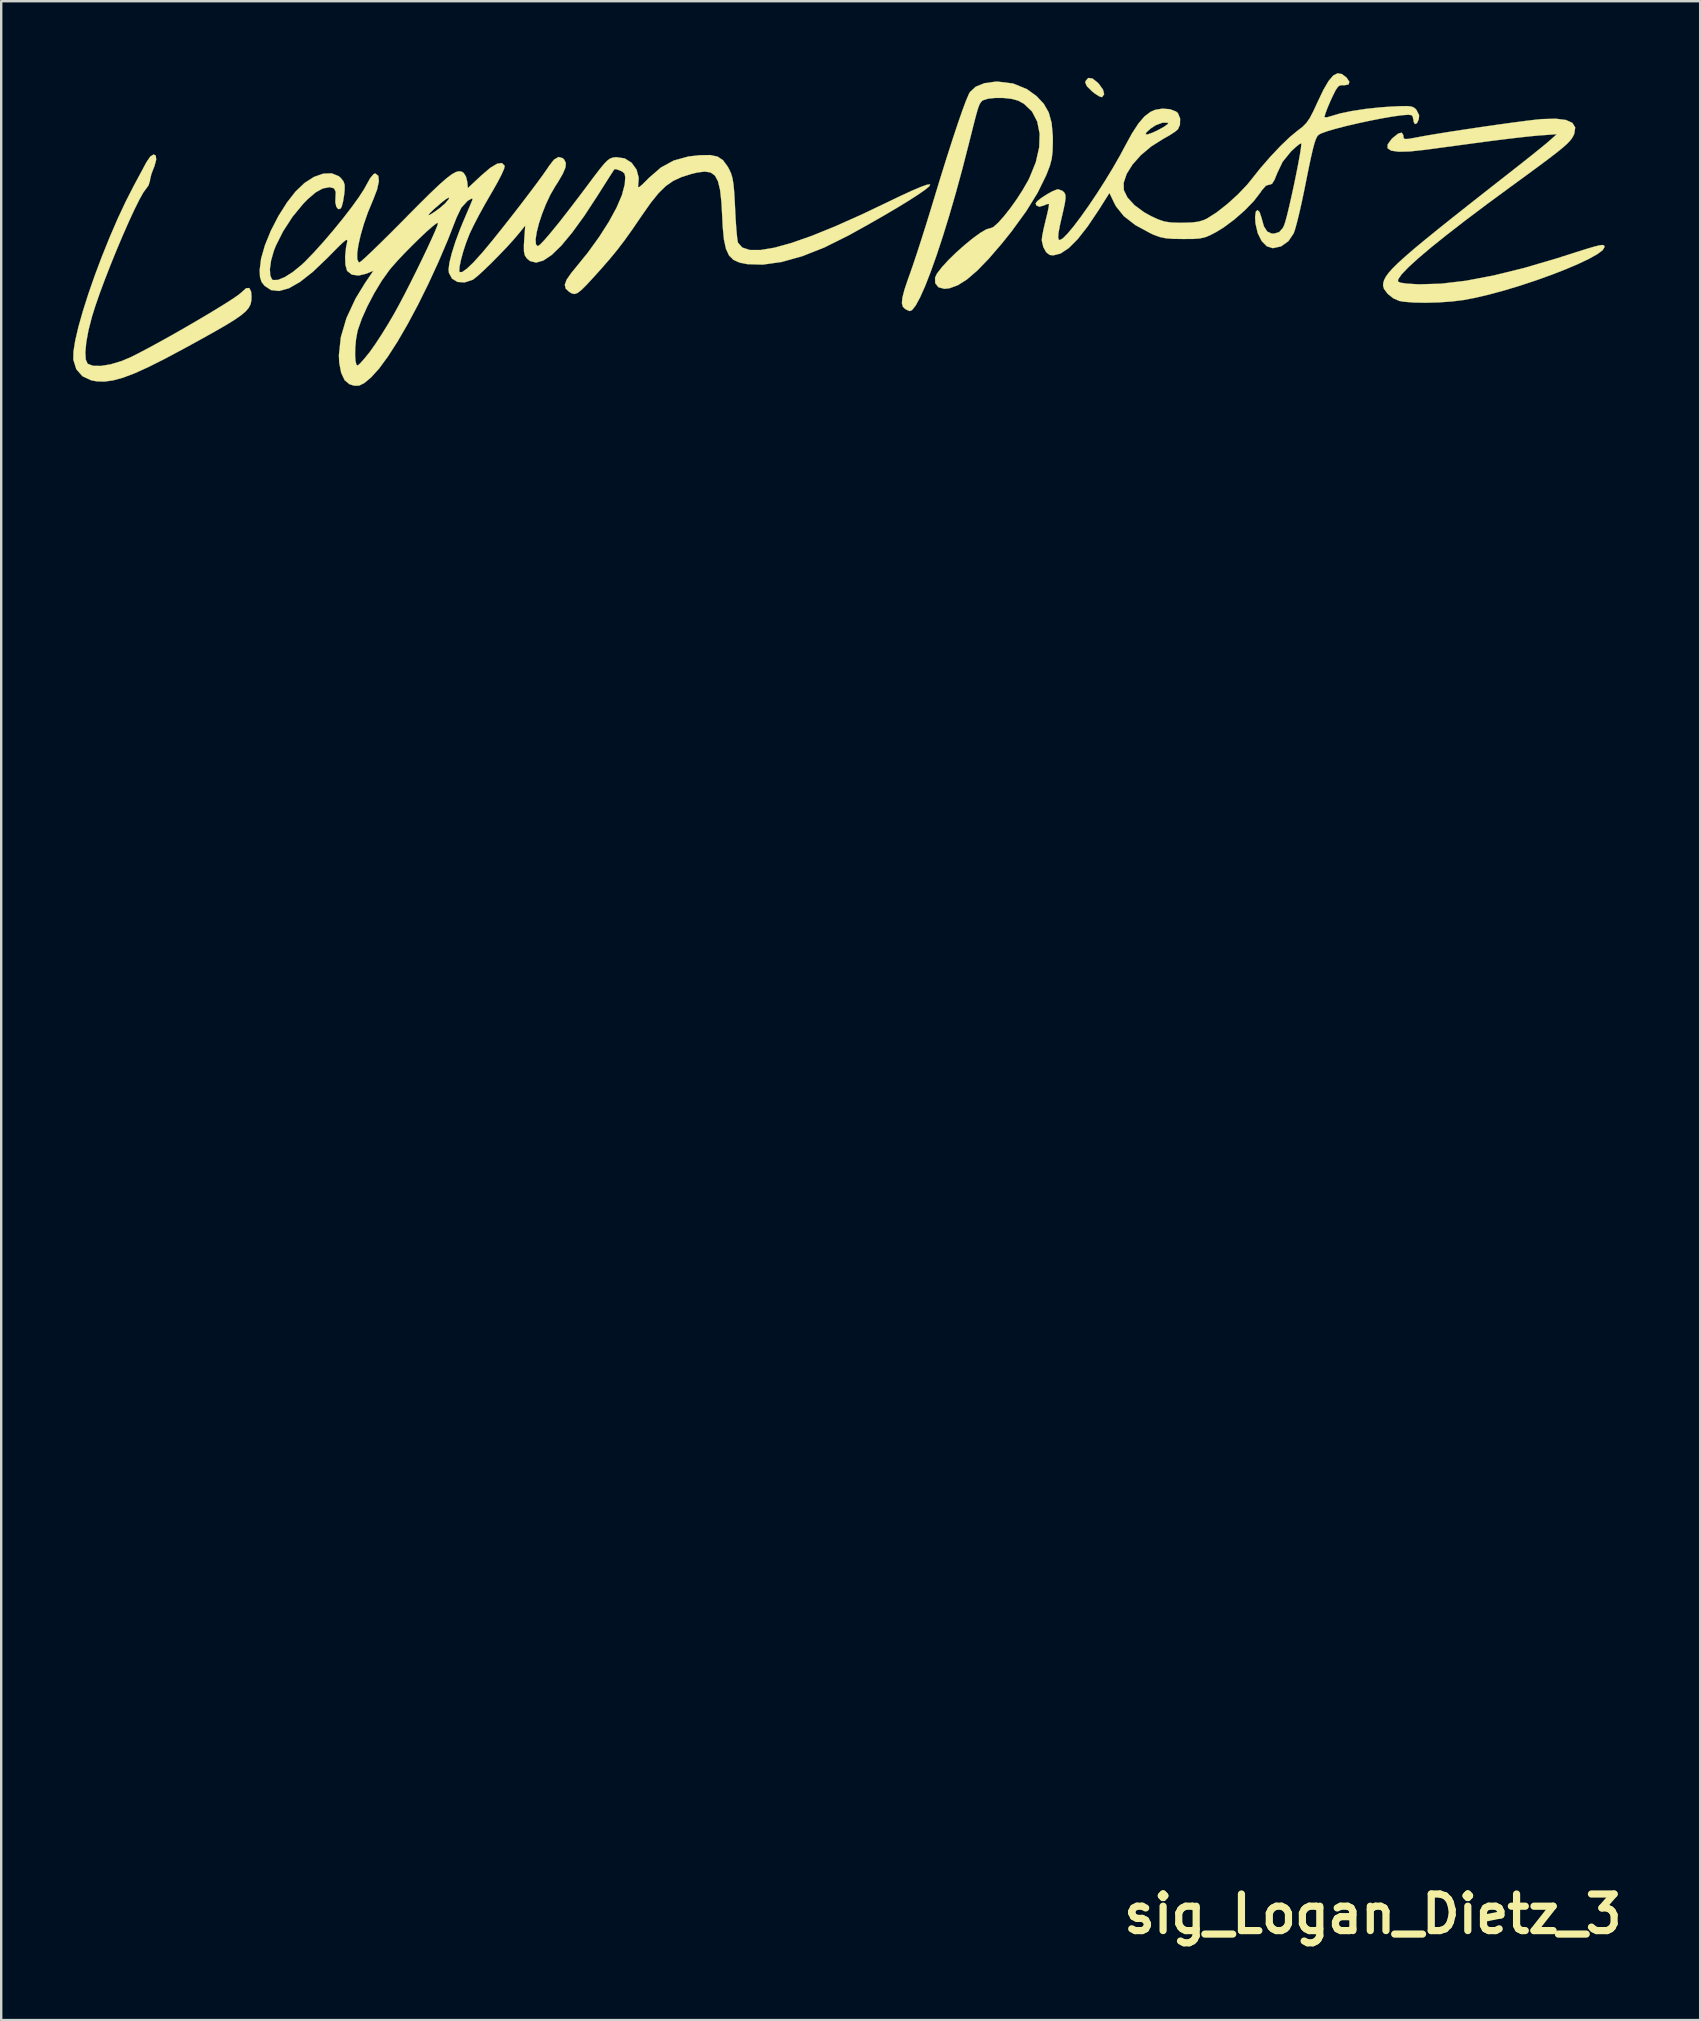
<source format=kicad_pcb>
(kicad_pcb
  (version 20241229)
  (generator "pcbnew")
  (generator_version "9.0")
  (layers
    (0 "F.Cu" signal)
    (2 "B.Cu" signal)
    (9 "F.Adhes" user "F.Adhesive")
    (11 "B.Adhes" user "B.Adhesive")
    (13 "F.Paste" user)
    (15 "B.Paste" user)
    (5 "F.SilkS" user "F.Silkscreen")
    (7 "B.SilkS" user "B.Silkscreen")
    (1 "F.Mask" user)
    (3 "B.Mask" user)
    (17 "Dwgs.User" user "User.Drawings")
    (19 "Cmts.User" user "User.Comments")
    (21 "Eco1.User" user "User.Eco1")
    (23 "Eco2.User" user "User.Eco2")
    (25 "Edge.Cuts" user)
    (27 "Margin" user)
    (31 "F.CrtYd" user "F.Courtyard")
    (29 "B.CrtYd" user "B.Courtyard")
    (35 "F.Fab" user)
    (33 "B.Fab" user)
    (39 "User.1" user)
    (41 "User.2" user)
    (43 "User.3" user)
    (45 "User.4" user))
  (footprint "sig_Logan_Dietz_3"
    (layer "F.Cu")
    (at 54.168 76.72)
    (property "Reference" "sig_Logan_Dietz_3" (at 0 0 0) (layer "F.SilkS") (effects (font (size 1.524 1.524) (thickness 0.3))))
    (attr through_hole)
    (fp_poly (pts (xy -11.692 -76.5) (xy -11.471 -76.328) (xy -11.414 -76.266) (xy -11.246 -76.029) (xy -11.201 -75.841) (xy -11.283 -75.729) (xy -11.303 -75.722) (xy -11.411 -75.756) (xy -11.594 -75.875) (xy -11.711 -75.969) (xy -11.916 -76.171) (xy -11.987 -76.323) (xy -11.977 -76.391) (xy -11.864 -76.521) (xy -11.692 -76.5)) (stroke (width 0.01) (type solid)) (fill yes) (layer "F.SilkS"))
    (fp_poly (pts (xy -50.727 -73.285) (xy -50.708 -73.117) (xy -50.78 -72.846) (xy -50.812 -72.771) (xy -50.909 -72.516) (xy -50.964 -72.293) (xy -50.967 -72.245) (xy -51.028 -72.043) (xy -51.129 -71.906) (xy -51.248 -71.743) (xy -51.414 -71.444) (xy -51.618 -71.033) (xy -51.849 -70.534) (xy -52.097 -69.97) (xy -52.353 -69.365) (xy -52.606 -68.743) (xy -52.846 -68.127) (xy -53.064 -67.541) (xy -53.248 -67.009) (xy -53.385 -66.573) (xy -53.53 -66.009) (xy -53.623 -65.507) (xy -53.661 -65.092) (xy -53.644 -64.786) (xy -53.567 -64.614) (xy -53.562 -64.609) (xy -53.344 -64.525) (xy -53.014 -64.519) (xy -52.607 -64.586) (xy -52.16 -64.72) (xy -51.803 -64.869) (xy -51.434 -65.053) (xy -50.987 -65.289) (xy -50.483 -65.564) (xy -49.945 -65.865) (xy -49.397 -66.179) (xy -48.861 -66.492) (xy -48.36 -66.791) (xy -47.915 -67.063) (xy -47.551 -67.295) (xy -47.29 -67.473) (xy -47.153 -67.584) (xy -47.151 -67.587) (xy -46.963 -67.757) (xy -46.829 -67.767) (xy -46.753 -67.619) (xy -46.736 -67.409) (xy -46.743 -67.242) (xy -46.775 -67.093) (xy -46.846 -66.95) (xy -46.968 -66.803) (xy -47.157 -66.641) (xy -47.427 -66.452) (xy -47.791 -66.227) (xy -48.264 -65.954) (xy -48.859 -65.622) (xy -49.53 -65.254) (xy -50.336 -64.823) (xy -51.019 -64.48) (xy -51.595 -64.218) (xy -52.082 -64.033) (xy -52.497 -63.919) (xy -52.857 -63.868) (xy -53.179 -63.876) (xy -53.414 -63.919) (xy -53.782 -64.09) (xy -54.037 -64.381) (xy -54.161 -64.774) (xy -54.163 -64.79) (xy -54.156 -65.12) (xy -54.082 -65.58) (xy -53.949 -66.15) (xy -53.763 -66.806) (xy -53.533 -67.529) (xy -53.266 -68.295) (xy -52.969 -69.084) (xy -52.651 -69.873) (xy -52.319 -70.642) (xy -51.979 -71.369) (xy -51.64 -72.032) (xy -51.63 -72.051) (xy -51.446 -72.392) (xy -51.271 -72.718) (xy -51.138 -72.968) (xy -51.119 -73.004) (xy -50.955 -73.245) (xy -50.817 -73.333) (xy -50.727 -73.285)) (stroke (width 0.01) (type solid)) (fill yes) (layer "F.SilkS"))
    (fp_poly (pts (xy -14.998 -76.29) (xy -14.421 -76.055) (xy -14.023 -75.769) (xy -13.718 -75.445) (xy -13.511 -75.083) (xy -13.39 -74.645) (xy -13.341 -74.097) (xy -13.339 -73.872) (xy -13.35 -73.465) (xy -13.386 -73.153) (xy -13.462 -72.864) (xy -13.593 -72.524) (xy -13.624 -72.45) (xy -13.976 -71.734) (xy -14.448 -70.97) (xy -15.048 -70.143) (xy -15.451 -69.638) (xy -16.004 -68.995) (xy -16.49 -68.493) (xy -16.918 -68.125) (xy -17.301 -67.882) (xy -17.648 -67.756) (xy -17.863 -67.733) (xy -18.107 -67.799) (xy -18.242 -67.967) (xy -18.248 -68.198) (xy -18.173 -68.362) (xy -17.969 -68.628) (xy -17.691 -68.932) (xy -17.364 -69.25) (xy -17.016 -69.56) (xy -16.674 -69.839) (xy -16.365 -70.063) (xy -16.116 -70.21) (xy -15.952 -70.258) (xy -15.946 -70.257) (xy -15.817 -70.31) (xy -15.622 -70.483) (xy -15.382 -70.751) (xy -15.116 -71.087) (xy -14.846 -71.465) (xy -14.591 -71.86) (xy -14.37 -72.246) (xy -14.316 -72.353) (xy -14.05 -73.007) (xy -13.908 -73.628) (xy -13.889 -74.199) (xy -13.99 -74.704) (xy -14.208 -75.124) (xy -14.541 -75.443) (xy -14.791 -75.578) (xy -15.06 -75.651) (xy -15.395 -75.687) (xy -15.741 -75.689) (xy -16.045 -75.656) (xy -16.254 -75.589) (xy -16.29 -75.561) (xy -16.339 -75.508) (xy -16.382 -75.443) (xy -16.426 -75.342) (xy -16.479 -75.183) (xy -16.546 -74.943) (xy -16.635 -74.6) (xy -16.753 -74.129) (xy -16.85 -73.745) (xy -17.117 -72.707) (xy -17.388 -71.714) (xy -17.66 -70.778) (xy -17.928 -69.91) (xy -18.187 -69.124) (xy -18.434 -68.432) (xy -18.663 -67.846) (xy -18.871 -67.379) (xy -19.053 -67.042) (xy -19.205 -66.848) (xy -19.299 -66.805) (xy -19.403 -66.844) (xy -19.494 -66.893) (xy -19.591 -66.987) (xy -19.63 -67.139) (xy -19.608 -67.37) (xy -19.522 -67.702) (xy -19.368 -68.158) (xy -19.296 -68.357) (xy -19.172 -68.712) (xy -19.011 -69.192) (xy -18.827 -69.761) (xy -18.63 -70.382) (xy -18.433 -71.019) (xy -18.325 -71.374) (xy -18.035 -72.327) (xy -17.764 -73.196) (xy -17.516 -73.968) (xy -17.295 -74.633) (xy -17.106 -75.177) (xy -16.952 -75.588) (xy -16.837 -75.855) (xy -16.795 -75.932) (xy -16.554 -76.156) (xy -16.185 -76.305) (xy -15.721 -76.368) (xy -15.639 -76.369) (xy -14.998 -76.29)) (stroke (width 0.01) (type solid)) (fill yes) (layer "F.SilkS"))
    (fp_poly (pts (xy 8.043 -74.77) (xy 8.314 -74.648) (xy 8.431 -74.457) (xy 8.393 -74.197) (xy 8.349 -74.102) (xy 8.29 -74.001) (xy 8.206 -73.894) (xy 8.085 -73.77) (xy 7.912 -73.616) (xy 7.673 -73.422) (xy 7.354 -73.176) (xy 6.941 -72.867) (xy 6.419 -72.483) (xy 5.775 -72.013) (xy 5.718 -71.972) (xy 4.73 -71.245) (xy 3.848 -70.581) (xy 3.078 -69.984) (xy 2.424 -69.459) (xy 1.89 -69.007) (xy 1.482 -68.635) (xy 1.203 -68.344) (xy 1.058 -68.139) (xy 1.04 -68.043) (xy 1.142 -67.99) (xy 1.404 -67.951) (xy 1.818 -67.925) (xy 1.943 -67.921) (xy 2.842 -67.947) (xy 3.872 -68.069) (xy 5.025 -68.288) (xy 6.295 -68.6) (xy 7.675 -69.006) (xy 7.916 -69.083) (xy 8.488 -69.266) (xy 8.918 -69.401) (xy 9.227 -69.492) (xy 9.435 -69.543) (xy 9.561 -69.56) (xy 9.626 -69.546) (xy 9.65 -69.506) (xy 9.652 -69.472) (xy 9.573 -69.342) (xy 9.351 -69.177) (xy 9.006 -68.984) (xy 8.558 -68.771) (xy 8.028 -68.545) (xy 7.435 -68.314) (xy 6.8 -68.086) (xy 6.143 -67.869) (xy 5.485 -67.669) (xy 4.846 -67.496) (xy 4.246 -67.355) (xy 3.776 -67.266) (xy 3.293 -67.206) (xy 2.755 -67.168) (xy 2.21 -67.153) (xy 1.706 -67.162) (xy 1.292 -67.195) (xy 1.102 -67.227) (xy 0.85 -67.337) (xy 0.62 -67.52) (xy 0.463 -67.728) (xy 0.423 -67.869) (xy 0.433 -67.983) (xy 0.469 -68.103) (xy 0.538 -68.236) (xy 0.65 -68.392) (xy 0.813 -68.576) (xy 1.036 -68.797) (xy 1.327 -69.062) (xy 1.694 -69.38) (xy 2.146 -69.756) (xy 2.692 -70.199) (xy 3.34 -70.717) (xy 4.098 -71.317) (xy 4.976 -72.007) (xy 5.757 -72.619) (xy 6.185 -72.955) (xy 6.586 -73.273) (xy 6.934 -73.553) (xy 7.203 -73.772) (xy 7.364 -73.91) (xy 7.366 -73.911) (xy 7.662 -74.177) (xy 6.943 -74.125) (xy 6.617 -74.096) (xy 6.168 -74.048) (xy 5.64 -73.986) (xy 5.078 -73.916) (xy 4.657 -73.861) (xy 4.077 -73.783) (xy 3.476 -73.702) (xy 2.906 -73.625) (xy 2.417 -73.559) (xy 2.159 -73.525) (xy 1.535 -73.458) (xy 1.07 -73.447) (xy 0.762 -73.491) (xy 0.61 -73.592) (xy 0.614 -73.75) (xy 0.771 -73.966) (xy 0.83 -74.025) (xy 1.053 -74.203) (xy 1.201 -74.241) (xy 1.267 -74.139) (xy 1.27 -74.094) (xy 1.281 -74.012) (xy 1.337 -73.976) (xy 1.475 -73.981) (xy 1.731 -74.026) (xy 1.841 -74.047) (xy 2.221 -74.117) (xy 2.72 -74.2) (xy 3.304 -74.294) (xy 3.943 -74.391) (xy 4.602 -74.489) (xy 5.25 -74.582) (xy 5.855 -74.665) (xy 6.383 -74.734) (xy 6.803 -74.784) (xy 7.04 -74.807) (xy 7.619 -74.823) (xy 8.043 -74.77)) (stroke (width 0.01) (type solid)) (fill yes) (layer "F.SilkS"))
    (fp_poly (pts (xy -1.29 -76.683) (xy -1.098 -76.536) (xy -0.98 -76.362) (xy -1.016 -76.249) (xy -1.199 -76.215) (xy -1.245 -76.219) (xy -1.358 -76.216) (xy -1.452 -76.158) (xy -1.551 -76.016) (xy -1.678 -75.762) (xy -1.76 -75.585) (xy -1.89 -75.282) (xy -1.98 -75.042) (xy -2.017 -74.903) (xy -2.014 -74.884) (xy -1.913 -74.881) (xy -1.731 -74.933) (xy -1.726 -74.935) (xy -1.361 -75.044) (xy -0.87 -75.145) (xy -0.296 -75.232) (xy 0.318 -75.297) (xy 0.72 -75.325) (xy 1.131 -75.345) (xy 1.408 -75.349) (xy 1.586 -75.334) (xy 1.699 -75.294) (xy 1.782 -75.227) (xy 1.809 -75.198) (xy 1.925 -74.971) (xy 1.913 -74.806) (xy 1.838 -74.639) (xy 1.753 -74.598) (xy 1.698 -74.691) (xy 1.693 -74.756) (xy 1.656 -74.917) (xy 1.611 -74.971) (xy 1.473 -74.988) (xy 1.202 -74.967) (xy 0.827 -74.915) (xy 0.379 -74.838) (xy -0.112 -74.742) (xy -0.616 -74.634) (xy -1.103 -74.521) (xy -1.543 -74.407) (xy -1.906 -74.301) (xy -2.162 -74.208) (xy -2.263 -74.151) (xy -2.321 -74.086) (xy -2.377 -73.974) (xy -2.438 -73.797) (xy -2.507 -73.536) (xy -2.591 -73.17) (xy -2.694 -72.68) (xy -2.821 -72.046) (xy -2.845 -71.924) (xy -2.952 -71.41) (xy -3.06 -70.928) (xy -3.161 -70.515) (xy -3.247 -70.203) (xy -3.302 -70.047) (xy -3.523 -69.717) (xy -3.831 -69.501) (xy -4.172 -69.427) (xy -4.422 -69.506) (xy -4.637 -69.724) (xy -4.8 -70.051) (xy -4.894 -70.457) (xy -4.911 -70.724) (xy -4.881 -70.947) (xy -4.81 -71.016) (xy -4.724 -70.935) (xy -4.647 -70.705) (xy -4.646 -70.701) (xy -4.543 -70.336) (xy -4.405 -70.121) (xy -4.218 -70.036) (xy -4.111 -70.036) (xy -3.906 -70.097) (xy -3.76 -70.262) (xy -3.709 -70.358) (xy -3.655 -70.516) (xy -3.579 -70.795) (xy -3.489 -71.166) (xy -3.391 -71.598) (xy -3.29 -72.06) (xy -3.195 -72.523) (xy -3.11 -72.956) (xy -3.042 -73.329) (xy -2.998 -73.611) (xy -2.983 -73.773) (xy -2.988 -73.798) (xy -3.063 -73.763) (xy -3.221 -73.637) (xy -3.409 -73.463) (xy -3.764 -73.026) (xy -3.984 -72.565) (xy -4.104 -72.27) (xy -4.201 -72.114) (xy -4.295 -72.072) (xy -4.317 -72.076) (xy -4.459 -72.032) (xy -4.635 -71.831) (xy -4.692 -71.744) (xy -4.965 -71.39) (xy -5.342 -71.001) (xy -5.778 -70.62) (xy -6.227 -70.286) (xy -6.539 -70.095) (xy -6.794 -69.963) (xy -7.002 -69.879) (xy -7.215 -69.833) (xy -7.486 -69.813) (xy -7.868 -69.81) (xy -7.916 -69.81) (xy -8.334 -69.816) (xy -8.637 -69.841) (xy -8.882 -69.892) (xy -9.121 -69.98) (xy -9.259 -70.042) (xy -9.899 -70.388) (xy -10.379 -70.761) (xy -10.705 -71.166) (xy -10.777 -71.301) (xy -10.98 -71.728) (xy -11.426 -71.022) (xy -11.888 -70.334) (xy -12.304 -69.804) (xy -12.679 -69.429) (xy -13.016 -69.205) (xy -13.32 -69.127) (xy -13.471 -69.145) (xy -13.617 -69.257) (xy -13.736 -69.474) (xy -13.797 -69.731) (xy -13.799 -69.79) (xy -13.778 -69.961) (xy -13.722 -70.239) (xy -13.644 -70.567) (xy -13.634 -70.609) (xy -13.56 -70.912) (xy -13.512 -71.144) (xy -13.498 -71.265) (xy -13.501 -71.272) (xy -13.59 -71.261) (xy -13.71 -71.208) (xy -13.904 -71.154) (xy -14.03 -71.212) (xy -14.055 -71.296) (xy -13.987 -71.388) (xy -13.815 -71.523) (xy -13.59 -71.669) (xy -13.36 -71.796) (xy -13.174 -71.872) (xy -13.117 -71.882) (xy -12.947 -71.821) (xy -12.864 -71.749) (xy -12.818 -71.658) (xy -12.809 -71.517) (xy -12.84 -71.292) (xy -12.914 -70.947) (xy -12.94 -70.839) (xy -13.044 -70.384) (xy -13.103 -70.07) (xy -13.118 -69.877) (xy -13.093 -69.783) (xy -13.049 -69.765) (xy -12.923 -69.835) (xy -12.727 -70.032) (xy -12.473 -70.336) (xy -12.177 -70.727) (xy -11.852 -71.185) (xy -11.512 -71.69) (xy -11.171 -72.223) (xy -10.842 -72.762) (xy -10.54 -73.289) (xy -10.342 -73.66) (xy -10.061 -74.173) (xy -9.476 -74.173) (xy -9.381 -74.17) (xy -9.163 -74.25) (xy -8.954 -74.349) (xy -8.71 -74.484) (xy -8.559 -74.592) (xy -8.528 -74.652) (xy -8.534 -74.655) (xy -8.766 -74.658) (xy -9.051 -74.552) (xy -9.257 -74.418) (xy -9.438 -74.256) (xy -9.476 -74.173) (xy -10.061 -74.173) (xy -10.038 -74.214) (xy -9.769 -74.627) (xy -9.519 -74.918) (xy -9.272 -75.106) (xy -9.081 -75.191) (xy -8.77 -75.243) (xy -8.456 -75.217) (xy -8.205 -75.122) (xy -8.126 -75.054) (xy -8.035 -74.832) (xy -8.042 -74.568) (xy -8.129 -74.379) (xy -8.256 -74.274) (xy -8.483 -74.127) (xy -8.742 -73.981) (xy -9.238 -73.668) (xy -9.67 -73.305) (xy -10.017 -72.916) (xy -10.263 -72.523) (xy -10.388 -72.151) (xy -10.382 -71.849) (xy -10.228 -71.536) (xy -9.935 -71.218) (xy -9.532 -70.921) (xy -9.244 -70.762) (xy -8.939 -70.621) (xy -8.687 -70.538) (xy -8.42 -70.498) (xy -8.069 -70.486) (xy -7.96 -70.486) (xy -7.555 -70.497) (xy -7.264 -70.533) (xy -7.032 -70.606) (xy -6.9 -70.67) (xy -6.504 -70.924) (xy -6.062 -71.272) (xy -5.624 -71.669) (xy -5.242 -72.071) (xy -5.081 -72.269) (xy -4.693 -72.756) (xy -4.273 -73.239) (xy -3.854 -73.683) (xy -3.466 -74.055) (xy -3.142 -74.323) (xy -3.132 -74.33) (xy -2.929 -74.486) (xy -2.772 -74.646) (xy -2.633 -74.847) (xy -2.484 -75.131) (xy -2.315 -75.497) (xy -2.065 -76.022) (xy -1.848 -76.394) (xy -1.655 -76.622) (xy -1.472 -76.715) (xy -1.29 -76.683)) (stroke (width 0.01) (type solid)) (fill yes) (layer "F.SilkS"))
    (fp_poly (pts (xy -27.313 -73.244) (xy -27.086 -73.094) (xy -26.896 -72.836) (xy -26.824 -72.706) (xy -26.748 -72.538) (xy -26.692 -72.347) (xy -26.651 -72.1) (xy -26.619 -71.764) (xy -26.592 -71.305) (xy -26.582 -71.078) (xy -26.558 -70.621) (xy -26.53 -70.216) (xy -26.5 -69.897) (xy -26.472 -69.698) (xy -26.461 -69.657) (xy -26.284 -69.454) (xy -25.971 -69.352) (xy -25.524 -69.35) (xy -24.943 -69.447) (xy -24.229 -69.645) (xy -23.383 -69.942) (xy -22.405 -70.339) (xy -21.296 -70.834) (xy -20.382 -71.27) (xy -19.726 -71.585) (xy -19.213 -71.822) (xy -18.835 -71.982) (xy -18.588 -72.07) (xy -18.464 -72.086) (xy -18.452 -72.08) (xy -18.489 -72.006) (xy -18.663 -71.862) (xy -18.959 -71.656) (xy -19.364 -71.396) (xy -19.865 -71.09) (xy -20.448 -70.748) (xy -21.099 -70.377) (xy -21.805 -69.985) (xy -21.874 -69.948) (xy -22.862 -69.456) (xy -23.79 -69.09) (xy -24.649 -68.851) (xy -25.427 -68.742) (xy -26.061 -68.76) (xy -26.394 -68.825) (xy -26.648 -68.938) (xy -26.833 -69.121) (xy -26.962 -69.396) (xy -27.046 -69.784) (xy -27.097 -70.306) (xy -27.116 -70.697) (xy -27.152 -71.352) (xy -27.208 -71.853) (xy -27.295 -72.215) (xy -27.423 -72.453) (xy -27.604 -72.583) (xy -27.849 -72.62) (xy -28.167 -72.578) (xy -28.407 -72.52) (xy -28.817 -72.39) (xy -29.162 -72.23) (xy -29.47 -72.016) (xy -29.769 -71.724) (xy -30.088 -71.33) (xy -30.453 -70.811) (xy -30.48 -70.772) (xy -30.859 -70.217) (xy -31.184 -69.761) (xy -31.489 -69.361) (xy -31.81 -68.971) (xy -32.18 -68.547) (xy -32.455 -68.242) (xy -32.763 -67.908) (xy -32.985 -67.686) (xy -33.146 -67.561) (xy -33.269 -67.517) (xy -33.381 -67.539) (xy -33.49 -67.602) (xy -33.64 -67.738) (xy -33.68 -67.9) (xy -33.605 -68.11) (xy -33.41 -68.392) (xy -33.253 -68.583) (xy -32.72 -69.24) (xy -32.246 -69.896) (xy -31.842 -70.529) (xy -31.522 -71.116) (xy -31.299 -71.636) (xy -31.185 -72.067) (xy -31.177 -72.128) (xy -31.16 -72.385) (xy -31.186 -72.528) (xy -31.274 -72.612) (xy -31.359 -72.655) (xy -31.527 -72.717) (xy -31.611 -72.721) (xy -31.664 -72.641) (xy -31.791 -72.443) (xy -31.974 -72.155) (xy -32.198 -71.802) (xy -32.301 -71.639) (xy -32.862 -70.781) (xy -33.369 -70.082) (xy -33.821 -69.538) (xy -34.221 -69.148) (xy -34.572 -68.912) (xy -34.874 -68.826) (xy -35.129 -68.891) (xy -35.262 -69.002) (xy -35.343 -69.123) (xy -35.381 -69.287) (xy -35.384 -69.542) (xy -35.371 -69.77) (xy -35.328 -70.37) (xy -35.588 -70.047) (xy -35.82 -69.775) (xy -36.11 -69.456) (xy -36.433 -69.119) (xy -36.759 -68.79) (xy -37.063 -68.496) (xy -37.317 -68.266) (xy -37.492 -68.126) (xy -37.524 -68.107) (xy -37.856 -67.999) (xy -38.153 -68.021) (xy -38.381 -68.159) (xy -38.508 -68.398) (xy -38.523 -68.539) (xy -38.488 -68.822) (xy -38.388 -69.221) (xy -38.236 -69.7) (xy -38.042 -70.222) (xy -37.916 -70.527) (xy -37.767 -70.877) (xy -37.64 -71.175) (xy -37.553 -71.384) (xy -37.524 -71.454) (xy -37.543 -71.501) (xy -37.68 -71.431) (xy -37.74 -71.389) (xy -37.992 -71.114) (xy -38.185 -70.716) (xy -38.552 -69.777) (xy -38.951 -68.842) (xy -39.371 -67.931) (xy -39.801 -67.063) (xy -40.232 -66.257) (xy -40.652 -65.533) (xy -41.052 -64.911) (xy -41.42 -64.409) (xy -41.748 -64.047) (xy -41.767 -64.029) (xy -42.036 -63.806) (xy -42.249 -63.699) (xy -42.455 -63.695) (xy -42.655 -63.758) (xy -42.855 -63.926) (xy -42.999 -64.232) (xy -43.08 -64.652) (xy -43.094 -64.958) (xy -43.092 -64.982) (xy -42.419 -64.982) (xy -42.402 -64.726) (xy -42.362 -64.567) (xy -42.314 -64.537) (xy -42.218 -64.616) (xy -42.052 -64.799) (xy -41.849 -65.048) (xy -41.785 -65.132) (xy -41.576 -65.428) (xy -41.318 -65.822) (xy -41.045 -66.263) (xy -40.788 -66.7) (xy -40.784 -66.709) (xy -40.585 -67.071) (xy -40.359 -67.499) (xy -40.118 -67.971) (xy -39.872 -68.463) (xy -39.635 -68.949) (xy -39.416 -69.408) (xy -39.228 -69.814) (xy -39.081 -70.145) (xy -38.988 -70.375) (xy -38.96 -70.483) (xy -38.962 -70.486) (xy -39.041 -70.453) (xy -39.212 -70.318) (xy -39.453 -70.105) (xy -39.74 -69.834) (xy -40.051 -69.529) (xy -40.362 -69.213) (xy -40.65 -68.907) (xy -40.893 -68.633) (xy -40.996 -68.508) (xy -41.307 -68.072) (xy -41.619 -67.556) (xy -41.905 -67.011) (xy -42.141 -66.485) (xy -42.301 -66.029) (xy -42.324 -65.939) (xy -42.38 -65.628) (xy -42.411 -65.295) (xy -42.419 -64.982) (xy -43.092 -64.982) (xy -43.014 -65.714) (xy -42.78 -66.51) (xy -42.398 -67.331) (xy -42.002 -67.977) (xy -41.655 -68.487) (xy -41.953 -68.363) (xy -42.274 -68.286) (xy -42.552 -68.324) (xy -42.742 -68.471) (xy -42.759 -68.5) (xy -42.822 -68.735) (xy -42.835 -69.072) (xy -42.797 -69.451) (xy -42.765 -69.61) (xy -42.744 -69.722) (xy -42.754 -69.776) (xy -42.811 -69.759) (xy -42.931 -69.661) (xy -43.129 -69.47) (xy -43.423 -69.174) (xy -43.593 -69.001) (xy -44.189 -68.433) (xy -44.718 -68.018) (xy -45.182 -67.755) (xy -45.582 -67.643) (xy -45.921 -67.681) (xy -46.19 -67.856) (xy -46.32 -68.024) (xy -46.382 -68.227) (xy -46.396 -68.513) (xy -46.337 -68.991) (xy -46.176 -69.55) (xy -45.931 -70.152) (xy -45.619 -70.758) (xy -45.258 -71.329) (xy -44.905 -71.783) (xy -44.527 -72.144) (xy -44.132 -72.397) (xy -43.746 -72.533) (xy -43.394 -72.546) (xy -43.101 -72.428) (xy -43.013 -72.351) (xy -42.903 -72.212) (xy -42.854 -72.065) (xy -42.855 -71.849) (xy -42.875 -71.653) (xy -42.92 -71.373) (xy -42.977 -71.16) (xy -43.017 -71.08) (xy -43.119 -71.052) (xy -43.202 -71.154) (xy -43.243 -71.344) (xy -43.237 -71.501) (xy -43.226 -71.774) (xy -43.297 -71.92) (xy -43.466 -71.966) (xy -43.488 -71.967) (xy -43.764 -71.916) (xy -44.06 -71.754) (xy -44.398 -71.465) (xy -44.582 -71.276) (xy -45.026 -70.737) (xy -45.422 -70.126) (xy -45.73 -69.512) (xy -45.811 -69.301) (xy -45.921 -68.911) (xy -45.97 -68.562) (xy -45.956 -68.288) (xy -45.88 -68.124) (xy -45.842 -68.101) (xy -45.637 -68.103) (xy -45.351 -68.22) (xy -45.012 -68.435) (xy -44.647 -68.733) (xy -44.498 -68.874) (xy -44.129 -69.256) (xy -43.727 -69.702) (xy -43.316 -70.184) (xy -42.918 -70.673) (xy -42.558 -71.14) (xy -42.257 -71.557) (xy -42.039 -71.894) (xy -41.97 -72.02) (xy -41.789 -72.346) (xy -41.646 -72.516) (xy -41.573 -72.54) (xy -41.451 -72.441) (xy -41.428 -72.216) (xy -41.501 -71.876) (xy -41.671 -71.433) (xy -41.687 -71.397) (xy -41.885 -70.92) (xy -42.053 -70.438) (xy -42.187 -69.977) (xy -42.282 -69.561) (xy -42.331 -69.217) (xy -42.33 -68.969) (xy -42.272 -68.844) (xy -42.236 -68.834) (xy -42.155 -68.892) (xy -41.971 -69.057) (xy -41.699 -69.314) (xy -41.355 -69.648) (xy -40.953 -70.045) (xy -40.51 -70.49) (xy -40.31 -70.692) (xy -40.205 -70.799) (xy -39.367 -70.799) (xy -39.296 -70.819) (xy -39.102 -70.944) (xy -38.879 -71.106) (xy -38.675 -71.284) (xy -38.525 -71.46) (xy -38.506 -71.491) (xy -38.508 -71.54) (xy -38.622 -71.478) (xy -38.838 -71.31) (xy -38.849 -71.3) (xy -39.142 -71.046) (xy -39.315 -70.876) (xy -39.367 -70.799) (xy -40.205 -70.799) (xy -39.747 -71.261) (xy -39.287 -71.716) (xy -38.917 -72.068) (xy -38.625 -72.325) (xy -38.398 -72.499) (xy -38.222 -72.599) (xy -38.086 -72.634) (xy -37.977 -72.616) (xy -37.892 -72.562) (xy -37.798 -72.41) (xy -37.745 -72.197) (xy -37.719 -71.931) (xy -37.158 -72.457) (xy -36.786 -72.774) (xy -36.501 -72.947) (xy -36.302 -72.976) (xy -36.186 -72.862) (xy -36.184 -72.857) (xy -36.208 -72.74) (xy -36.309 -72.508) (xy -36.475 -72.187) (xy -36.691 -71.805) (xy -36.751 -71.703) (xy -37.007 -71.261) (xy -37.259 -70.802) (xy -37.479 -70.379) (xy -37.639 -70.044) (xy -37.648 -70.023) (xy -37.788 -69.666) (xy -37.911 -69.295) (xy -38.006 -68.947) (xy -38.065 -68.661) (xy -38.077 -68.474) (xy -38.061 -68.428) (xy -37.954 -68.435) (xy -37.76 -68.572) (xy -37.492 -68.828) (xy -37.158 -69.195) (xy -37.016 -69.361) (xy -36.697 -69.748) (xy -36.336 -70.198) (xy -35.951 -70.686) (xy -35.563 -71.185) (xy -35.194 -71.669) (xy -34.862 -72.111) (xy -34.589 -72.483) (xy -34.395 -72.761) (xy -34.348 -72.835) (xy -34.134 -73.113) (xy -33.943 -73.228) (xy -33.769 -73.18) (xy -33.698 -73.111) (xy -33.635 -72.972) (xy -33.653 -72.786) (xy -33.762 -72.528) (xy -33.969 -72.174) (xy -34.079 -72.004) (xy -34.278 -71.661) (xy -34.463 -71.269) (xy -34.626 -70.859) (xy -34.758 -70.458) (xy -34.85 -70.094) (xy -34.896 -69.796) (xy -34.885 -69.593) (xy -34.811 -69.512) (xy -34.804 -69.511) (xy -34.708 -69.578) (xy -34.523 -69.771) (xy -34.26 -70.079) (xy -33.926 -70.488) (xy -33.534 -70.989) (xy -33.091 -71.568) (xy -32.778 -71.985) (xy -32.455 -72.417) (xy -32.213 -72.732) (xy -32.033 -72.95) (xy -31.896 -73.088) (xy -31.783 -73.166) (xy -31.674 -73.203) (xy -31.551 -73.218) (xy -31.534 -73.22) (xy -31.184 -73.169) (xy -30.894 -72.986) (xy -30.69 -72.705) (xy -30.597 -72.357) (xy -30.621 -72.056) (xy -30.627 -71.971) (xy -30.573 -71.976) (xy -30.444 -72.084) (xy -30.222 -72.305) (xy -30.174 -72.355) (xy -29.677 -72.786) (xy -29.141 -73.079) (xy -28.527 -73.248) (xy -28.045 -73.302) (xy -27.619 -73.307) (xy -27.313 -73.244)) (stroke (width 0.01) (type solid)) (fill yes) (layer "F.SilkS")))
  (gr_rect
    (start -3 -3)
    (end 67.807 81.138)
    (stroke (width 0.1) (type default))
    (fill no)
    (layer "Edge.Cuts")))
</source>
